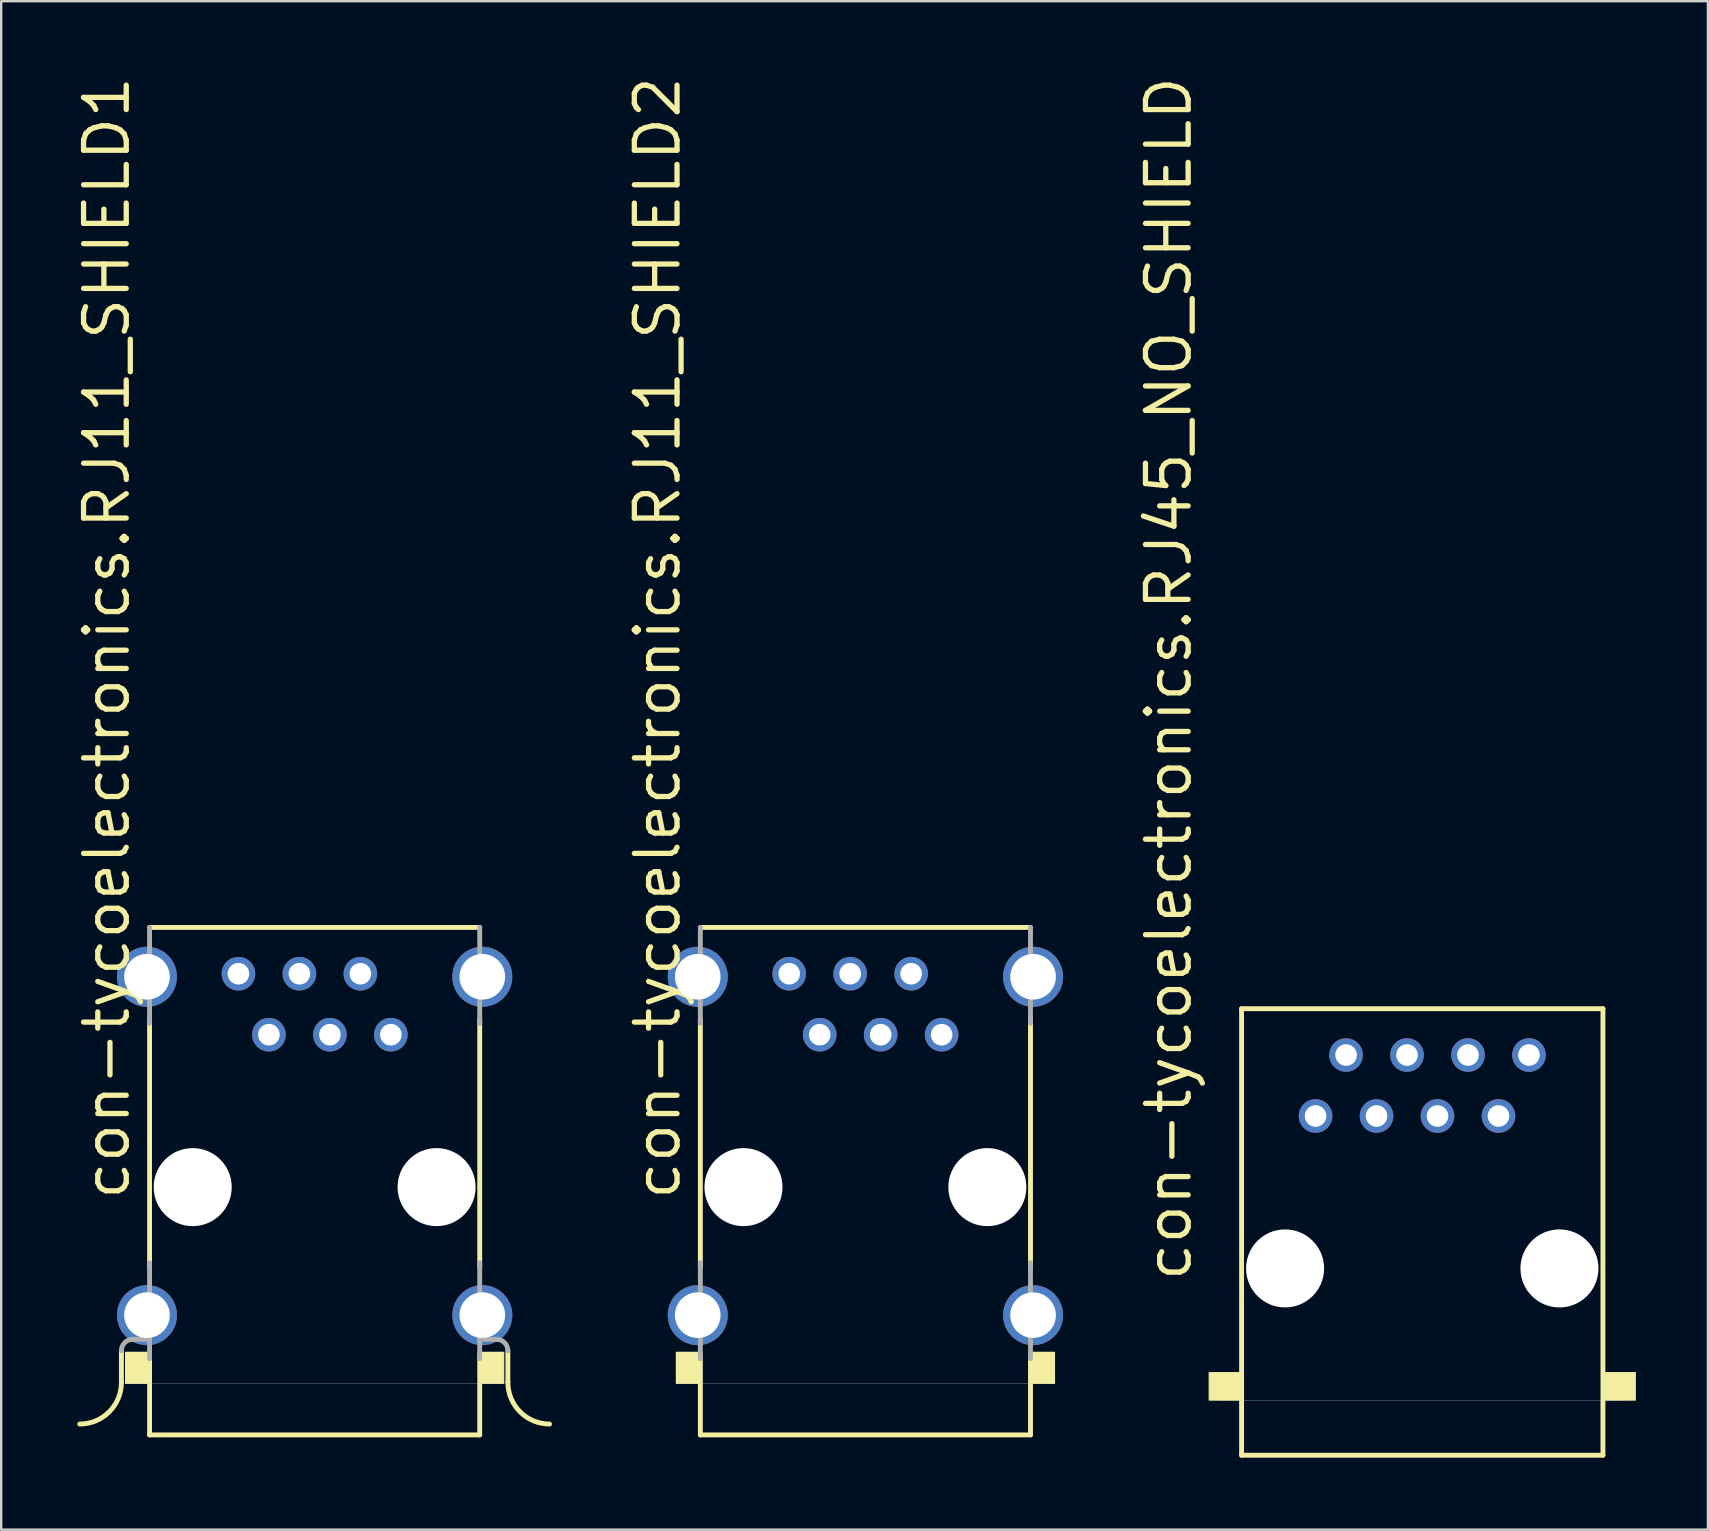
<source format=kicad_pcb>
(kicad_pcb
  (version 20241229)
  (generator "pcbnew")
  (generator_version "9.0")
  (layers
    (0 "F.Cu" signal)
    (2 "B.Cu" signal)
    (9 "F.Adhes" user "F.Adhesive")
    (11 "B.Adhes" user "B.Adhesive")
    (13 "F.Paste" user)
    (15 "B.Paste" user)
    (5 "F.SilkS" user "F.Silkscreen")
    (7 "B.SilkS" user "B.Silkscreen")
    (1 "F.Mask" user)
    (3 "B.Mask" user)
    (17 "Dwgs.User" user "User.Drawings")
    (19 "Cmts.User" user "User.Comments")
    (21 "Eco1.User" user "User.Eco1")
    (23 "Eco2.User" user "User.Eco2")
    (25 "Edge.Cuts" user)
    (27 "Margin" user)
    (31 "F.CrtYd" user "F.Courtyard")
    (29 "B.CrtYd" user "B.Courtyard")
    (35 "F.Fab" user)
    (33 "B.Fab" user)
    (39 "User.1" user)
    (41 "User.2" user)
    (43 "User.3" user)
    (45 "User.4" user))
  (footprint "con-tycoelectronics.RJ11_SHIELD1"
    (layer "F.Cu")
    (at 10.058 46.405)
    (property "Reference" "con-tycoelectronics.RJ11_SHIELD1" (at -7.62 0.635 90) (layer "F.SilkS") (effects (font (size 1.778 1.778) (thickness 0.22)) (justify left bottom)))
    (attr through_hole)
    (fp_line (start -8.05 6.815) (end -8.05 8.135) (stroke (width 0.203) (type default)) (layer "F.SilkS"))
    (fp_line (start -6.877 -10.819) (end 6.877 -10.819) (stroke (width 0.203) (type default)) (layer "F.SilkS"))
    (fp_line (start -6.877 3.337) (end -6.877 -7.009) (stroke (width 0.203) (type default)) (layer "F.SilkS"))
    (fp_line (start -6.877 10.322) (end -6.877 6.961) (stroke (width 0.203) (type default)) (layer "F.SilkS"))
    (fp_line (start 6.877 -7.009) (end 6.877 3.337) (stroke (width 0.203) (type default)) (layer "F.SilkS"))
    (fp_line (start 6.877 6.961) (end 6.877 10.322) (stroke (width 0.203) (type default)) (layer "F.SilkS"))
    (fp_line (start 6.877 10.322) (end -6.877 10.322) (stroke (width 0.203) (type default)) (layer "F.SilkS"))
    (fp_line (start 8.05 6.815) (end 8.05 8.135) (stroke (width 0.203) (type default)) (layer "F.SilkS"))
    (fp_rect (start -7.875 8.175) (end -6.95 6.882) (stroke (width 0.05) (type default)) (fill yes) (layer "F.SilkS"))
    (fp_rect (start 6.95 8.175) (end 7.875 6.882) (stroke (width 0.05) (type default)) (fill yes) (layer "F.SilkS"))
    (fp_arc (start -8.05 8.135) (mid -8.55817 9.36183) (end -9.785 9.87) (stroke (width 0.2032) (type default)) (layer "F.SilkS"))
    (fp_arc (start 9.785 9.87) (mid 8.55817 9.36183) (end 8.05 8.135) (stroke (width 0.2032) (type default)) (layer "F.SilkS"))
    (fp_line (start 7.811 8.18) (end -7.811 8.18) (stroke (width 0.01) (type default)) (layer "Edge.Cuts"))
    (fp_line (start -6.877 -6.823) (end -6.877 -10.819) (stroke (width 0.203) (type default)) (layer "F.Fab"))
    (fp_line (start -6.877 7.147) (end -6.877 3.151) (stroke (width 0.203) (type default)) (layer "F.Fab"))
    (fp_line (start -6.875 6.34) (end -7.575 6.34) (stroke (width 0.203) (type default)) (layer "F.Fab"))
    (fp_line (start 6.875 6.34) (end 7.575 6.34) (stroke (width 0.203) (type default)) (layer "F.Fab"))
    (fp_line (start 6.877 -10.819) (end 6.877 -6.823) (stroke (width 0.203) (type default)) (layer "F.Fab"))
    (fp_line (start 6.877 3.151) (end 6.877 7.147) (stroke (width 0.203) (type default)) (layer "F.Fab"))
    (fp_arc (start -8.05 6.815) (mid -7.910876 6.479124) (end -7.575 6.34) (stroke (width 0.2032) (type default)) (layer "F.Fab"))
    (fp_arc (start 7.575 6.34) (mid 7.910876 6.479124) (end 8.05 6.815) (stroke (width 0.2032) (type default)) (layer "F.Fab"))
    (pad "" np_thru_hole circle (at -5.08 0) (size 3.251 3.251) (drill 3.251) (layers "*.Cu" "*.Mask"))
    (pad "" np_thru_hole circle (at 5.08 0) (size 3.251 3.251) (drill 3.251) (layers "*.Cu" "*.Mask"))
    (pad "1" thru_hole circle (at -3.175 -8.89) (size 1.4 1.4) (drill 0.9) (layers "*.Cu" "*.Mask"))
    (pad "2" thru_hole circle (at -1.905 -6.35) (size 1.4 1.4) (drill 0.9) (layers "*.Cu" "*.Mask"))
    (pad "3" thru_hole circle (at -0.635 -8.89) (size 1.4 1.4) (drill 0.9) (layers "*.Cu" "*.Mask"))
    (pad "4" thru_hole circle (at 0.635 -6.35) (size 1.4 1.4) (drill 0.9) (layers "*.Cu" "*.Mask"))
    (pad "5" thru_hole circle (at 1.905 -8.89) (size 1.4 1.4) (drill 0.9) (layers "*.Cu" "*.Mask"))
    (pad "6" thru_hole circle (at 3.175 -6.35) (size 1.4 1.4) (drill 0.9) (layers "*.Cu" "*.Mask"))
    (pad "M1" thru_hole circle (at -6.985 5.334) (size 2.5 2.5) (drill 1.9) (layers "*.Cu" "*.Mask"))
    (pad "M2" thru_hole circle (at 6.985 5.334) (size 2.5 2.5) (drill 1.9) (layers "*.Cu" "*.Mask"))
    (pad "M3" thru_hole circle (at -6.985 -8.763) (size 2.5 2.5) (drill 1.9) (layers "*.Cu" "*.Mask"))
    (pad "M4" thru_hole circle (at 6.985 -8.763) (size 2.5 2.5) (drill 1.9) (layers "*.Cu" "*.Mask")))
  (footprint "con-tycoelectronics.RJ45_NO_SHIELD"
    (layer "F.Cu")
    (at 56.201 49.792)
    (property "Reference" "con-tycoelectronics.RJ45_NO_SHIELD" (at -9.525 0.635 90) (layer "F.SilkS") (effects (font (size 1.778 1.778) (thickness 0.22)) (justify left bottom)))
    (attr through_hole)
    (fp_line (start -7.527 -10.819) (end 7.527 -10.819) (stroke (width 0.203) (type default)) (layer "F.SilkS"))
    (fp_line (start -7.527 7.782) (end -7.527 -10.819) (stroke (width 0.203) (type default)) (layer "F.SilkS"))
    (fp_line (start 7.527 -10.819) (end 7.527 7.782) (stroke (width 0.203) (type default)) (layer "F.SilkS"))
    (fp_line (start 7.527 7.782) (end -7.527 7.782) (stroke (width 0.203) (type default)) (layer "F.SilkS"))
    (fp_rect (start -8.875 5.485) (end -7.625 4.342) (stroke (width 0.05) (type default)) (fill yes) (layer "F.SilkS"))
    (fp_rect (start 7.6 5.485) (end 8.875 4.342) (stroke (width 0.05) (type default)) (fill yes) (layer "F.SilkS"))
    (fp_line (start 8.445 5.512) (end -8.445 5.512) (stroke (width 0.01) (type default)) (layer "Edge.Cuts"))
    (pad "" np_thru_hole circle (at -5.715 0) (size 3.251 3.251) (drill 3.251) (layers "*.Cu" "*.Mask"))
    (pad "" np_thru_hole circle (at 5.715 0) (size 3.251 3.251) (drill 3.251) (layers "*.Cu" "*.Mask"))
    (pad "1" thru_hole circle (at -4.445 -6.35) (size 1.4 1.4) (drill 0.9) (layers "*.Cu" "*.Mask"))
    (pad "2" thru_hole circle (at -3.175 -8.89) (size 1.4 1.4) (drill 0.9) (layers "*.Cu" "*.Mask"))
    (pad "3" thru_hole circle (at -1.905 -6.35) (size 1.4 1.4) (drill 0.9) (layers "*.Cu" "*.Mask"))
    (pad "4" thru_hole circle (at -0.635 -8.89) (size 1.4 1.4) (drill 0.9) (layers "*.Cu" "*.Mask"))
    (pad "5" thru_hole circle (at 0.635 -6.35) (size 1.4 1.4) (drill 0.9) (layers "*.Cu" "*.Mask"))
    (pad "6" thru_hole circle (at 1.905 -8.89) (size 1.4 1.4) (drill 0.9) (layers "*.Cu" "*.Mask"))
    (pad "7" thru_hole circle (at 3.175 -6.35) (size 1.4 1.4) (drill 0.9) (layers "*.Cu" "*.Mask"))
    (pad "8" thru_hole circle (at 4.445 -8.89) (size 1.4 1.4) (drill 0.9) (layers "*.Cu" "*.Mask")))
  (footprint "con-tycoelectronics.RJ11_SHIELD2"
    (layer "F.Cu")
    (at 33.003 46.405)
    (property "Reference" "con-tycoelectronics.RJ11_SHIELD2" (at -7.62 0.635 90) (layer "F.SilkS") (effects (font (size 1.778 1.778) (thickness 0.22)) (justify left bottom)))
    (attr through_hole)
    (fp_line (start -6.877 -10.819) (end 6.877 -10.819) (stroke (width 0.203) (type default)) (layer "F.SilkS"))
    (fp_line (start -6.877 3.337) (end -6.877 -7.009) (stroke (width 0.203) (type default)) (layer "F.SilkS"))
    (fp_line (start -6.877 10.322) (end -6.877 6.961) (stroke (width 0.203) (type default)) (layer "F.SilkS"))
    (fp_line (start 6.877 -7.009) (end 6.877 3.337) (stroke (width 0.203) (type default)) (layer "F.SilkS"))
    (fp_line (start 6.877 6.961) (end 6.877 10.322) (stroke (width 0.203) (type default)) (layer "F.SilkS"))
    (fp_line (start 6.877 10.322) (end -6.877 10.322) (stroke (width 0.203) (type default)) (layer "F.SilkS"))
    (fp_rect (start -7.875 8.175) (end -6.95 6.882) (stroke (width 0.05) (type default)) (fill yes) (layer "F.SilkS"))
    (fp_rect (start 6.95 8.175) (end 7.875 6.882) (stroke (width 0.05) (type default)) (fill yes) (layer "F.SilkS"))
    (fp_line (start 7.811 8.18) (end -7.811 8.18) (stroke (width 0.01) (type default)) (layer "Edge.Cuts"))
    (fp_line (start -6.877 -6.823) (end -6.877 -10.819) (stroke (width 0.203) (type default)) (layer "F.Fab"))
    (fp_line (start -6.877 7.147) (end -6.877 3.151) (stroke (width 0.203) (type default)) (layer "F.Fab"))
    (fp_line (start 6.877 -10.819) (end 6.877 -6.823) (stroke (width 0.203) (type default)) (layer "F.Fab"))
    (fp_line (start 6.877 3.151) (end 6.877 7.147) (stroke (width 0.203) (type default)) (layer "F.Fab"))
    (pad "" np_thru_hole circle (at -5.08 0) (size 3.251 3.251) (drill 3.251) (layers "*.Cu" "*.Mask"))
    (pad "" np_thru_hole circle (at 5.08 0) (size 3.251 3.251) (drill 3.251) (layers "*.Cu" "*.Mask"))
    (pad "1" thru_hole circle (at -3.175 -8.89) (size 1.4 1.4) (drill 0.9) (layers "*.Cu" "*.Mask"))
    (pad "2" thru_hole circle (at -1.905 -6.35) (size 1.4 1.4) (drill 0.9) (layers "*.Cu" "*.Mask"))
    (pad "3" thru_hole circle (at -0.635 -8.89) (size 1.4 1.4) (drill 0.9) (layers "*.Cu" "*.Mask"))
    (pad "4" thru_hole circle (at 0.635 -6.35) (size 1.4 1.4) (drill 0.9) (layers "*.Cu" "*.Mask"))
    (pad "5" thru_hole circle (at 1.905 -8.89) (size 1.4 1.4) (drill 0.9) (layers "*.Cu" "*.Mask"))
    (pad "6" thru_hole circle (at 3.175 -6.35) (size 1.4 1.4) (drill 0.9) (layers "*.Cu" "*.Mask"))
    (pad "S1" thru_hole circle (at -6.985 5.334) (size 2.5 2.5) (drill 1.9) (layers "*.Cu" "*.Mask"))
    (pad "S2" thru_hole circle (at 6.985 5.334) (size 2.5 2.5) (drill 1.9) (layers "*.Cu" "*.Mask"))
    (pad "S3" thru_hole circle (at -6.985 -8.763) (size 2.5 2.5) (drill 1.9) (layers "*.Cu" "*.Mask"))
    (pad "S4" thru_hole circle (at 6.985 -8.763) (size 2.5 2.5) (drill 1.9) (layers "*.Cu" "*.Mask")))
  (gr_rect
    (start -3 -3)
    (end 68.101 60.676)
    (stroke (width 0.1) (type default))
    (fill no)
    (layer "Edge.Cuts")))
</source>
